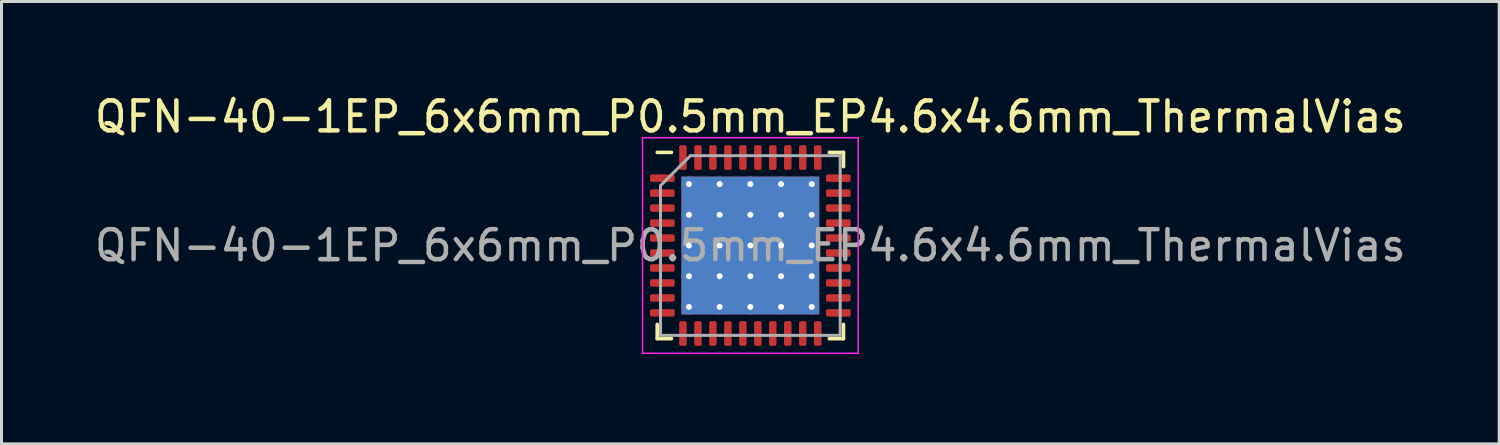
<source format=kicad_pcb>
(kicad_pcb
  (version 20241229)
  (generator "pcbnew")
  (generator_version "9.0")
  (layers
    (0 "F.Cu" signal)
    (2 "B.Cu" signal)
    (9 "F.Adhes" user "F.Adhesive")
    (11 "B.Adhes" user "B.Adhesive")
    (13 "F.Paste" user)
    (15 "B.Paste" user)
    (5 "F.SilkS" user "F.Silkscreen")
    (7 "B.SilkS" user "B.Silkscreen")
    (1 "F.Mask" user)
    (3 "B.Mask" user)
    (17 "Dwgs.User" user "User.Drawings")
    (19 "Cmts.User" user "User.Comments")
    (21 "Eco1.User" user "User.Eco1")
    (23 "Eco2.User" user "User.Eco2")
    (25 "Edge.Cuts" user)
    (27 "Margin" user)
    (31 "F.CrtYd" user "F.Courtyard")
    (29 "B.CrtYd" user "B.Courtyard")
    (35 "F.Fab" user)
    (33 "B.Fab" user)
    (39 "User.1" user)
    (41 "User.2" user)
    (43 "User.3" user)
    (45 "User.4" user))
  (footprint "QFN-40-1EP_6x6mm_P0.5mm_EP4.6x4.6mm_ThermalVias"
    (layer "F.Cu")
    (at 22.006 5.148)
    (property "Reference" "QFN-40-1EP_6x6mm_P0.5mm_EP4.6x4.6mm_ThermalVias" (at 0 -4.3 0) (layer "F.SilkS") (effects (font (size 1 1) (thickness 0.15))))
    (attr smd)
    (fp_line (start -3.11 3.11) (end -3.11 2.635) (stroke (width 0.12) (type solid)) (layer "F.SilkS"))
    (fp_line (start -2.635 -3.11) (end -3.11 -3.11) (stroke (width 0.12) (type solid)) (layer "F.SilkS"))
    (fp_line (start -2.635 3.11) (end -3.11 3.11) (stroke (width 0.12) (type solid)) (layer "F.SilkS"))
    (fp_line (start 2.635 -3.11) (end 3.11 -3.11) (stroke (width 0.12) (type solid)) (layer "F.SilkS"))
    (fp_line (start 2.635 3.11) (end 3.11 3.11) (stroke (width 0.12) (type solid)) (layer "F.SilkS"))
    (fp_line (start 3.11 -3.11) (end 3.11 -2.635) (stroke (width 0.12) (type solid)) (layer "F.SilkS"))
    (fp_line (start 3.11 3.11) (end 3.11 2.635) (stroke (width 0.12) (type solid)) (layer "F.SilkS"))
    (fp_line (start -3.6 -3.6) (end -3.6 3.6) (stroke (width 0.05) (type solid)) (layer "F.CrtYd"))
    (fp_line (start -3.6 3.6) (end 3.6 3.6) (stroke (width 0.05) (type solid)) (layer "F.CrtYd"))
    (fp_line (start 3.6 -3.6) (end -3.6 -3.6) (stroke (width 0.05) (type solid)) (layer "F.CrtYd"))
    (fp_line (start 3.6 3.6) (end 3.6 -3.6) (stroke (width 0.05) (type solid)) (layer "F.CrtYd"))
    (fp_line (start -3 -2) (end -2 -3) (stroke (width 0.1) (type solid)) (layer "F.Fab"))
    (fp_line (start -3 3) (end -3 -2) (stroke (width 0.1) (type solid)) (layer "F.Fab"))
    (fp_line (start -2 -3) (end 3 -3) (stroke (width 0.1) (type solid)) (layer "F.Fab"))
    (fp_line (start 3 -3) (end 3 3) (stroke (width 0.1) (type solid)) (layer "F.Fab"))
    (fp_line (start 3 3) (end -3 3) (stroke (width 0.1) (type solid)) (layer "F.Fab"))
    (fp_text user "${REFERENCE}" (at 0 0 0) (layer "F.Fab") (effects (font (size 1 1) (thickness 0.15))))
    (pad "" smd custom (at -1.538 -1.538) (size 0.786 0.786) (layers "F.Paste") (options (anchor circle)) (primitives (gr_poly (pts (xy 0.34 -0.253) (xy 0.34 0.253) (xy 0.253 0.34) (xy -0.253 0.34) (xy -0.34 0.253) (xy -0.34 -0.253) (xy -0.253 -0.34) (xy 0.253 -0.34)) (width 0.21) (fill yes))))
    (pad "" smd custom (at -1.538 -0.512) (size 0.786 0.786) (layers "F.Paste") (options (anchor circle)) (primitives (gr_poly (pts (xy 0.34 -0.253) (xy 0.34 0.253) (xy 0.253 0.34) (xy -0.253 0.34) (xy -0.34 0.253) (xy -0.34 -0.253) (xy -0.253 -0.34) (xy 0.253 -0.34)) (width 0.21) (fill yes))))
    (pad "" smd custom (at -1.538 0.512) (size 0.786 0.786) (layers "F.Paste") (options (anchor circle)) (primitives (gr_poly (pts (xy 0.34 -0.253) (xy 0.34 0.253) (xy 0.253 0.34) (xy -0.253 0.34) (xy -0.34 0.253) (xy -0.34 -0.253) (xy -0.253 -0.34) (xy 0.253 -0.34)) (width 0.21) (fill yes))))
    (pad "" smd custom (at -1.538 1.538) (size 0.786 0.786) (layers "F.Paste") (options (anchor circle)) (primitives (gr_poly (pts (xy 0.34 -0.253) (xy 0.34 0.253) (xy 0.253 0.34) (xy -0.253 0.34) (xy -0.34 0.253) (xy -0.34 -0.253) (xy -0.253 -0.34) (xy 0.253 -0.34)) (width 0.21) (fill yes))))
    (pad "" smd custom (at -0.512 -1.538) (size 0.786 0.786) (layers "F.Paste") (options (anchor circle)) (primitives (gr_poly (pts (xy 0.34 -0.253) (xy 0.34 0.253) (xy 0.253 0.34) (xy -0.253 0.34) (xy -0.34 0.253) (xy -0.34 -0.253) (xy -0.253 -0.34) (xy 0.253 -0.34)) (width 0.21) (fill yes))))
    (pad "" smd custom (at -0.512 -0.512) (size 0.786 0.786) (layers "F.Paste") (options (anchor circle)) (primitives (gr_poly (pts (xy 0.34 -0.253) (xy 0.34 0.253) (xy 0.253 0.34) (xy -0.253 0.34) (xy -0.34 0.253) (xy -0.34 -0.253) (xy -0.253 -0.34) (xy 0.253 -0.34)) (width 0.21) (fill yes))))
    (pad "" smd custom (at -0.512 0.512) (size 0.786 0.786) (layers "F.Paste") (options (anchor circle)) (primitives (gr_poly (pts (xy 0.34 -0.253) (xy 0.34 0.253) (xy 0.253 0.34) (xy -0.253 0.34) (xy -0.34 0.253) (xy -0.34 -0.253) (xy -0.253 -0.34) (xy 0.253 -0.34)) (width 0.21) (fill yes))))
    (pad "" smd custom (at -0.512 1.538) (size 0.786 0.786) (layers "F.Paste") (options (anchor circle)) (primitives (gr_poly (pts (xy 0.34 -0.253) (xy 0.34 0.253) (xy 0.253 0.34) (xy -0.253 0.34) (xy -0.34 0.253) (xy -0.34 -0.253) (xy -0.253 -0.34) (xy 0.253 -0.34)) (width 0.21) (fill yes))))
    (pad "" smd custom (at 0.512 -1.538) (size 0.786 0.786) (layers "F.Paste") (options (anchor circle)) (primitives (gr_poly (pts (xy 0.34 -0.253) (xy 0.34 0.253) (xy 0.253 0.34) (xy -0.253 0.34) (xy -0.34 0.253) (xy -0.34 -0.253) (xy -0.253 -0.34) (xy 0.253 -0.34)) (width 0.21) (fill yes))))
    (pad "" smd custom (at 0.512 -0.512) (size 0.786 0.786) (layers "F.Paste") (options (anchor circle)) (primitives (gr_poly (pts (xy 0.34 -0.253) (xy 0.34 0.253) (xy 0.253 0.34) (xy -0.253 0.34) (xy -0.34 0.253) (xy -0.34 -0.253) (xy -0.253 -0.34) (xy 0.253 -0.34)) (width 0.21) (fill yes))))
    (pad "" smd custom (at 0.512 0.512) (size 0.786 0.786) (layers "F.Paste") (options (anchor circle)) (primitives (gr_poly (pts (xy 0.34 -0.253) (xy 0.34 0.253) (xy 0.253 0.34) (xy -0.253 0.34) (xy -0.34 0.253) (xy -0.34 -0.253) (xy -0.253 -0.34) (xy 0.253 -0.34)) (width 0.21) (fill yes))))
    (pad "" smd custom (at 0.512 1.538) (size 0.786 0.786) (layers "F.Paste") (options (anchor circle)) (primitives (gr_poly (pts (xy 0.34 -0.253) (xy 0.34 0.253) (xy 0.253 0.34) (xy -0.253 0.34) (xy -0.34 0.253) (xy -0.34 -0.253) (xy -0.253 -0.34) (xy 0.253 -0.34)) (width 0.21) (fill yes))))
    (pad "" smd custom (at 1.538 -1.538) (size 0.786 0.786) (layers "F.Paste") (options (anchor circle)) (primitives (gr_poly (pts (xy 0.34 -0.253) (xy 0.34 0.253) (xy 0.253 0.34) (xy -0.253 0.34) (xy -0.34 0.253) (xy -0.34 -0.253) (xy -0.253 -0.34) (xy 0.253 -0.34)) (width 0.21) (fill yes))))
    (pad "" smd custom (at 1.538 -0.512) (size 0.786 0.786) (layers "F.Paste") (options (anchor circle)) (primitives (gr_poly (pts (xy 0.34 -0.253) (xy 0.34 0.253) (xy 0.253 0.34) (xy -0.253 0.34) (xy -0.34 0.253) (xy -0.34 -0.253) (xy -0.253 -0.34) (xy 0.253 -0.34)) (width 0.21) (fill yes))))
    (pad "" smd custom (at 1.538 0.512) (size 0.786 0.786) (layers "F.Paste") (options (anchor circle)) (primitives (gr_poly (pts (xy 0.34 -0.253) (xy 0.34 0.253) (xy 0.253 0.34) (xy -0.253 0.34) (xy -0.34 0.253) (xy -0.34 -0.253) (xy -0.253 -0.34) (xy 0.253 -0.34)) (width 0.21) (fill yes))))
    (pad "" smd custom (at 1.538 1.538) (size 0.786 0.786) (layers "F.Paste") (options (anchor circle)) (primitives (gr_poly (pts (xy 0.34 -0.253) (xy 0.34 0.253) (xy 0.253 0.34) (xy -0.253 0.34) (xy -0.34 0.253) (xy -0.34 -0.253) (xy -0.253 -0.34) (xy 0.253 -0.34)) (width 0.21) (fill yes))))
    (pad "1" smd roundrect (at -2.938 -2.25) (size 0.825 0.25) (layers "F.Cu" "F.Mask" "F.Paste") (roundrect_rratio 0.25))
    (pad "2" smd roundrect (at -2.938 -1.75) (size 0.825 0.25) (layers "F.Cu" "F.Mask" "F.Paste") (roundrect_rratio 0.25))
    (pad "3" smd roundrect (at -2.938 -1.25) (size 0.825 0.25) (layers "F.Cu" "F.Mask" "F.Paste") (roundrect_rratio 0.25))
    (pad "4" smd roundrect (at -2.938 -0.75) (size 0.825 0.25) (layers "F.Cu" "F.Mask" "F.Paste") (roundrect_rratio 0.25))
    (pad "5" smd roundrect (at -2.938 -0.25) (size 0.825 0.25) (layers "F.Cu" "F.Mask" "F.Paste") (roundrect_rratio 0.25))
    (pad "6" smd roundrect (at -2.938 0.25) (size 0.825 0.25) (layers "F.Cu" "F.Mask" "F.Paste") (roundrect_rratio 0.25))
    (pad "7" smd roundrect (at -2.938 0.75) (size 0.825 0.25) (layers "F.Cu" "F.Mask" "F.Paste") (roundrect_rratio 0.25))
    (pad "8" smd roundrect (at -2.938 1.25) (size 0.825 0.25) (layers "F.Cu" "F.Mask" "F.Paste") (roundrect_rratio 0.25))
    (pad "9" smd roundrect (at -2.938 1.75) (size 0.825 0.25) (layers "F.Cu" "F.Mask" "F.Paste") (roundrect_rratio 0.25))
    (pad "10" smd roundrect (at -2.938 2.25) (size 0.825 0.25) (layers "F.Cu" "F.Mask" "F.Paste") (roundrect_rratio 0.25))
    (pad "11" smd roundrect (at -2.25 2.938) (size 0.25 0.825) (layers "F.Cu" "F.Mask" "F.Paste") (roundrect_rratio 0.25))
    (pad "12" smd roundrect (at -1.75 2.938) (size 0.25 0.825) (layers "F.Cu" "F.Mask" "F.Paste") (roundrect_rratio 0.25))
    (pad "13" smd roundrect (at -1.25 2.938) (size 0.25 0.825) (layers "F.Cu" "F.Mask" "F.Paste") (roundrect_rratio 0.25))
    (pad "14" smd roundrect (at -0.75 2.938) (size 0.25 0.825) (layers "F.Cu" "F.Mask" "F.Paste") (roundrect_rratio 0.25))
    (pad "15" smd roundrect (at -0.25 2.938) (size 0.25 0.825) (layers "F.Cu" "F.Mask" "F.Paste") (roundrect_rratio 0.25))
    (pad "16" smd roundrect (at 0.25 2.938) (size 0.25 0.825) (layers "F.Cu" "F.Mask" "F.Paste") (roundrect_rratio 0.25))
    (pad "17" smd roundrect (at 0.75 2.938) (size 0.25 0.825) (layers "F.Cu" "F.Mask" "F.Paste") (roundrect_rratio 0.25))
    (pad "18" smd roundrect (at 1.25 2.938) (size 0.25 0.825) (layers "F.Cu" "F.Mask" "F.Paste") (roundrect_rratio 0.25))
    (pad "19" smd roundrect (at 1.75 2.938) (size 0.25 0.825) (layers "F.Cu" "F.Mask" "F.Paste") (roundrect_rratio 0.25))
    (pad "20" smd roundrect (at 2.25 2.938) (size 0.25 0.825) (layers "F.Cu" "F.Mask" "F.Paste") (roundrect_rratio 0.25))
    (pad "21" smd roundrect (at 2.938 2.25) (size 0.825 0.25) (layers "F.Cu" "F.Mask" "F.Paste") (roundrect_rratio 0.25))
    (pad "22" smd roundrect (at 2.938 1.75) (size 0.825 0.25) (layers "F.Cu" "F.Mask" "F.Paste") (roundrect_rratio 0.25))
    (pad "23" smd roundrect (at 2.938 1.25) (size 0.825 0.25) (layers "F.Cu" "F.Mask" "F.Paste") (roundrect_rratio 0.25))
    (pad "24" smd roundrect (at 2.938 0.75) (size 0.825 0.25) (layers "F.Cu" "F.Mask" "F.Paste") (roundrect_rratio 0.25))
    (pad "25" smd roundrect (at 2.938 0.25) (size 0.825 0.25) (layers "F.Cu" "F.Mask" "F.Paste") (roundrect_rratio 0.25))
    (pad "26" smd roundrect (at 2.938 -0.25) (size 0.825 0.25) (layers "F.Cu" "F.Mask" "F.Paste") (roundrect_rratio 0.25))
    (pad "27" smd roundrect (at 2.938 -0.75) (size 0.825 0.25) (layers "F.Cu" "F.Mask" "F.Paste") (roundrect_rratio 0.25))
    (pad "28" smd roundrect (at 2.938 -1.25) (size 0.825 0.25) (layers "F.Cu" "F.Mask" "F.Paste") (roundrect_rratio 0.25))
    (pad "29" smd roundrect (at 2.938 -1.75) (size 0.825 0.25) (layers "F.Cu" "F.Mask" "F.Paste") (roundrect_rratio 0.25))
    (pad "30" smd roundrect (at 2.938 -2.25) (size 0.825 0.25) (layers "F.Cu" "F.Mask" "F.Paste") (roundrect_rratio 0.25))
    (pad "31" smd roundrect (at 2.25 -2.938) (size 0.25 0.825) (layers "F.Cu" "F.Mask" "F.Paste") (roundrect_rratio 0.25))
    (pad "32" smd roundrect (at 1.75 -2.938) (size 0.25 0.825) (layers "F.Cu" "F.Mask" "F.Paste") (roundrect_rratio 0.25))
    (pad "33" smd roundrect (at 1.25 -2.938) (size 0.25 0.825) (layers "F.Cu" "F.Mask" "F.Paste") (roundrect_rratio 0.25))
    (pad "34" smd roundrect (at 0.75 -2.938) (size 0.25 0.825) (layers "F.Cu" "F.Mask" "F.Paste") (roundrect_rratio 0.25))
    (pad "35" smd roundrect (at 0.25 -2.938) (size 0.25 0.825) (layers "F.Cu" "F.Mask" "F.Paste") (roundrect_rratio 0.25))
    (pad "36" smd roundrect (at -0.25 -2.938) (size 0.25 0.825) (layers "F.Cu" "F.Mask" "F.Paste") (roundrect_rratio 0.25))
    (pad "37" smd roundrect (at -0.75 -2.938) (size 0.25 0.825) (layers "F.Cu" "F.Mask" "F.Paste") (roundrect_rratio 0.25))
    (pad "38" smd roundrect (at -1.25 -2.938) (size 0.25 0.825) (layers "F.Cu" "F.Mask" "F.Paste") (roundrect_rratio 0.25))
    (pad "39" smd roundrect (at -1.75 -2.938) (size 0.25 0.825) (layers "F.Cu" "F.Mask" "F.Paste") (roundrect_rratio 0.25))
    (pad "40" smd roundrect (at -2.25 -2.938) (size 0.25 0.825) (layers "F.Cu" "F.Mask" "F.Paste") (roundrect_rratio 0.25))
    (pad "41" thru_hole circle (at -2.05 -2.05) (size 0.5 0.5) (drill 0.2) (layers "*.Cu"))
    (pad "41" thru_hole circle (at -2.05 -1.025) (size 0.5 0.5) (drill 0.2) (layers "*.Cu"))
    (pad "41" thru_hole circle (at -2.05 0) (size 0.5 0.5) (drill 0.2) (layers "*.Cu"))
    (pad "41" thru_hole circle (at -2.05 1.025) (size 0.5 0.5) (drill 0.2) (layers "*.Cu"))
    (pad "41" thru_hole circle (at -2.05 2.05) (size 0.5 0.5) (drill 0.2) (layers "*.Cu"))
    (pad "41" thru_hole circle (at -1.025 -2.05) (size 0.5 0.5) (drill 0.2) (layers "*.Cu"))
    (pad "41" thru_hole circle (at -1.025 -1.025) (size 0.5 0.5) (drill 0.2) (layers "*.Cu"))
    (pad "41" thru_hole circle (at -1.025 0) (size 0.5 0.5) (drill 0.2) (layers "*.Cu"))
    (pad "41" thru_hole circle (at -1.025 1.025) (size 0.5 0.5) (drill 0.2) (layers "*.Cu"))
    (pad "41" thru_hole circle (at -1.025 2.05) (size 0.5 0.5) (drill 0.2) (layers "*.Cu"))
    (pad "41" thru_hole circle (at 0 -2.05) (size 0.5 0.5) (drill 0.2) (layers "*.Cu"))
    (pad "41" thru_hole circle (at 0 -1.025) (size 0.5 0.5) (drill 0.2) (layers "*.Cu"))
    (pad "41" thru_hole circle (at 0 0) (size 0.5 0.5) (drill 0.2) (layers "*.Cu"))
    (pad "41" smd rect (at 0 0) (size 4.6 4.6) (layers "F.Cu" "F.Mask"))
    (pad "41" smd rect (at 0 0) (size 4.6 4.6) (layers "B.Cu" "B.Mask"))
    (pad "41" thru_hole circle (at 0 1.025) (size 0.5 0.5) (drill 0.2) (layers "*.Cu"))
    (pad "41" thru_hole circle (at 0 2.05) (size 0.5 0.5) (drill 0.2) (layers "*.Cu"))
    (pad "41" thru_hole circle (at 1.025 -2.05) (size 0.5 0.5) (drill 0.2) (layers "*.Cu"))
    (pad "41" thru_hole circle (at 1.025 -1.025) (size 0.5 0.5) (drill 0.2) (layers "*.Cu"))
    (pad "41" thru_hole circle (at 1.025 0) (size 0.5 0.5) (drill 0.2) (layers "*.Cu"))
    (pad "41" thru_hole circle (at 1.025 1.025) (size 0.5 0.5) (drill 0.2) (layers "*.Cu"))
    (pad "41" thru_hole circle (at 1.025 2.05) (size 0.5 0.5) (drill 0.2) (layers "*.Cu"))
    (pad "41" thru_hole circle (at 2.05 -2.05) (size 0.5 0.5) (drill 0.2) (layers "*.Cu"))
    (pad "41" thru_hole circle (at 2.05 -1.025) (size 0.5 0.5) (drill 0.2) (layers "*.Cu"))
    (pad "41" thru_hole circle (at 2.05 0) (size 0.5 0.5) (drill 0.2) (layers "*.Cu"))
    (pad "41" thru_hole circle (at 2.05 1.025) (size 0.5 0.5) (drill 0.2) (layers "*.Cu"))
    (pad "41" thru_hole circle (at 2.05 2.05) (size 0.5 0.5) (drill 0.2) (layers "*.Cu")))
  (gr_rect
    (start -3 -3)
    (end 47.012 11.773)
    (stroke (width 0.1) (type default))
    (fill no)
    (layer "Edge.Cuts")))
</source>
